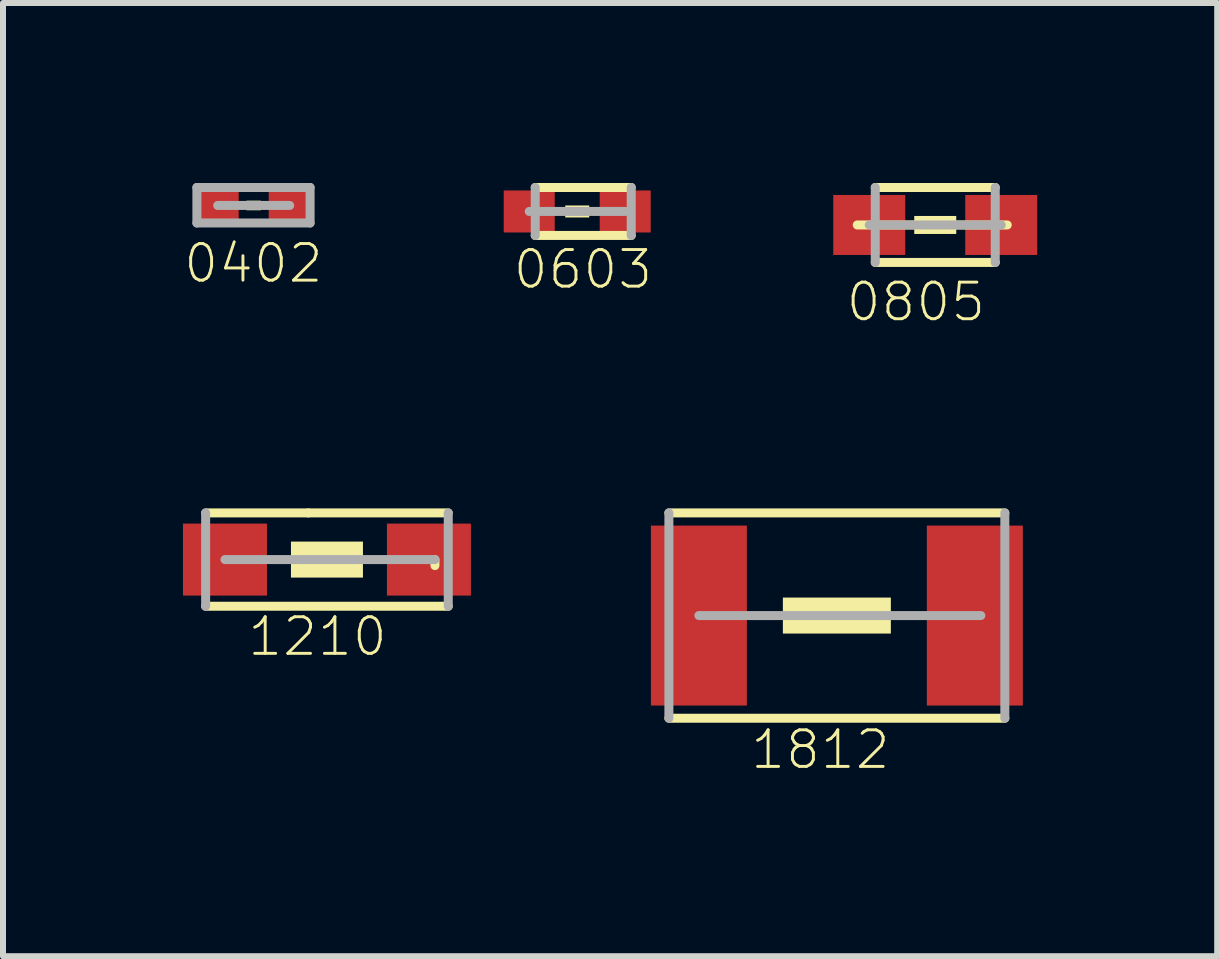
<source format=kicad_pcb>
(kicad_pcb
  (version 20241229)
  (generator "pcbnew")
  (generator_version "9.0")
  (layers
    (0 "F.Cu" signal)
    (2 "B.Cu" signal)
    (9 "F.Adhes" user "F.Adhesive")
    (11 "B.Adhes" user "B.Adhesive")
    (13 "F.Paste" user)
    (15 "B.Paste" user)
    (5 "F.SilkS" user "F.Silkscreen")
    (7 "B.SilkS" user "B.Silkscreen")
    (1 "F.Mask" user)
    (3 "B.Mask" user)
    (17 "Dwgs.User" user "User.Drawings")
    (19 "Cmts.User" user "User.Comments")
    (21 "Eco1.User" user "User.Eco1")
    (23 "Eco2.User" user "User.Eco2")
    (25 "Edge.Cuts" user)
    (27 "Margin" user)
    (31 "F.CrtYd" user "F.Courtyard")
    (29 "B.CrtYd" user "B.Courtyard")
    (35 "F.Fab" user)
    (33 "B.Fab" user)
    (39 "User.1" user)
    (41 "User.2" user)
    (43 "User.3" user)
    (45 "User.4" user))
  (footprint "1812"
    (layer "F.Cu")
    (at 10.9 7.211)
    (property "Reference" "1812" (at -0.275 2.235 0) (layer "F.SilkS") (effects (font (size 0.61 0.61) (thickness 0.049))))
    (attr through_hole)
    (fp_line (start -2.8 -1.711) (end 2.8 -1.711) (stroke (width 0.15) (type solid)) (layer "F.SilkS"))
    (fp_line (start 2.8 1.711) (end -2.8 1.711) (stroke (width 0.15) (type solid)) (layer "F.SilkS"))
    (fp_poly (pts (xy -0.9 -0.3) (xy 0.9 -0.3) (xy 0.9 0.3) (xy -0.9 0.3)) (stroke (width 0) (type solid)) (fill yes) (layer "F.SilkS"))
    (fp_line (start -2.8 1.711) (end -2.8 -1.711) (stroke (width 0.15) (type solid)) (layer "F.Fab"))
    (fp_line (start -2.3 0) (end 2.4 0) (stroke (width 0.15) (type solid)) (layer "F.Fab"))
    (fp_line (start 2.8 -1.711) (end 2.8 1.711) (stroke (width 0.15) (type solid)) (layer "F.Fab"))
    (pad "1" smd rect (at -2.3 0) (size 1.6 3) (layers "F.Cu" "F.Mask" "F.Paste"))
    (pad "2" smd rect (at 2.3 0) (size 1.6 3) (layers "F.Cu" "F.Mask" "F.Paste")))
  (footprint "0402"
    (layer "F.Cu")
    (at 1.179 0.375)
    (property "Reference" "0402" (at -0.005 0.965 0) (layer "F.SilkS") (effects (font (size 0.61 0.61) (thickness 0.049))))
    (attr through_hole)
    (fp_poly (pts (xy -0.12 -0.08) (xy 0.12 -0.08) (xy 0.12 0.08) (xy -0.12 0.08)) (stroke (width 0) (type solid)) (fill yes) (layer "F.SilkS"))
    (fp_line (start -0.947 -0.3) (end 0.94 -0.3) (stroke (width 0.15) (type solid)) (layer "F.Fab"))
    (fp_line (start -0.947 0.292) (end -0.947 -0.3) (stroke (width 0.15) (type solid)) (layer "F.Fab"))
    (fp_line (start -0.6 0) (end 0.6 0) (stroke (width 0.15) (type solid)) (layer "F.Fab"))
    (fp_line (start 0.94 -0.3) (end 0.94 0.292) (stroke (width 0.15) (type solid)) (layer "F.Fab"))
    (fp_line (start 0.94 0.292) (end -0.947 0.292) (stroke (width 0.15) (type solid)) (layer "F.Fab"))
    (pad "1" smd rect (at -0.6 0) (size 0.7 0.6) (layers "F.Cu" "F.Mask" "F.Paste"))
    (pad "2" smd rect (at 0.6 0) (size 0.7 0.6) (layers "F.Cu" "F.Mask" "F.Paste")))
  (footprint "1210"
    (layer "F.Cu")
    (at 2.4 6.278)
    (property "Reference" "1210" (at -0.158 1.283 0) (layer "F.SilkS") (effects (font (size 0.61 0.61) (thickness 0.049))))
    (attr through_hole)
    (fp_line (start -2.022 -0.778) (end -0.311 -0.778) (stroke (width 0.15) (type solid)) (layer "F.SilkS"))
    (fp_line (start -0.311 -0.778) (end 2.022 -0.778) (stroke (width 0.15) (type solid)) (layer "F.SilkS"))
    (fp_line (start 1.8 0) (end 1.8 0.1) (stroke (width 0.15) (type solid)) (layer "F.SilkS"))
    (fp_line (start 2.022 0.778) (end -2.022 0.778) (stroke (width 0.15) (type solid)) (layer "F.SilkS"))
    (fp_poly (pts (xy -0.6 -0.3) (xy 0.6 -0.3) (xy 0.6 0.3) (xy -0.6 0.3)) (stroke (width 0) (type solid)) (fill yes) (layer "F.SilkS"))
    (fp_line (start -2.022 0.778) (end -2.022 -0.778) (stroke (width 0.15) (type solid)) (layer "F.Fab"))
    (fp_line (start -1.7 0) (end 1.8 0) (stroke (width 0.15) (type solid)) (layer "F.Fab"))
    (fp_line (start 2.022 -0.778) (end 2.022 0.778) (stroke (width 0.15) (type solid)) (layer "F.Fab"))
    (pad "1" smd rect (at -1.7 0) (size 1.4 1.2) (layers "F.Cu" "F.Mask" "F.Paste"))
    (pad "2" smd rect (at 1.7 0) (size 1.4 1.2) (layers "F.Cu" "F.Mask" "F.Paste")))
  (footprint "0805"
    (layer "F.Cu")
    (at 12.54 0.7)
    (property "Reference" "0805" (at -0.323 1.283 0) (layer "F.SilkS") (effects (font (size 0.61 0.61) (thickness 0.049))))
    (attr through_hole)
    (fp_line (start -1.3 0) (end 1.2 0) (stroke (width 0.15) (type solid)) (layer "F.SilkS"))
    (fp_line (start -1 -0.625) (end 1 -0.625) (stroke (width 0.15) (type solid)) (layer "F.SilkS"))
    (fp_line (start 1 0.625) (end -1 0.625) (stroke (width 0.15) (type solid)) (layer "F.SilkS"))
    (fp_poly (pts (xy -0.35 -0.15) (xy 0.35 -0.15) (xy 0.35 0.15) (xy -0.35 0.15)) (stroke (width 0) (type solid)) (fill yes) (layer "F.SilkS"))
    (fp_line (start -1.1 0) (end 1.1 0) (stroke (width 0.15) (type solid)) (layer "F.Fab"))
    (fp_line (start -1 0.625) (end -1 -0.625) (stroke (width 0.15) (type solid)) (layer "F.Fab"))
    (fp_line (start 1 -0.625) (end 1 0.625) (stroke (width 0.15) (type solid)) (layer "F.Fab"))
    (pad "1" smd rect (at -1.1 0) (size 1.2 1) (layers "F.Cu" "F.Mask" "F.Paste"))
    (pad "2" smd rect (at 1.1 0) (size 1.2 1) (layers "F.Cu" "F.Mask" "F.Paste")))
  (footprint "0603"
    (layer "F.Cu")
    (at 6.672 0.475)
    (property "Reference" "0603" (at -0.005 0.965 0) (layer "F.SilkS") (effects (font (size 0.61 0.61) (thickness 0.049))))
    (attr through_hole)
    (fp_line (start -0.8 -0.4) (end 0.8 -0.4) (stroke (width 0.15) (type solid)) (layer "F.SilkS"))
    (fp_line (start 0.8 0.4) (end -0.8 0.4) (stroke (width 0.15) (type solid)) (layer "F.SilkS"))
    (fp_poly (pts (xy -0.3 -0.1) (xy 0.1 -0.1) (xy 0.1 0.1) (xy -0.3 0.1)) (stroke (width 0) (type solid)) (fill yes) (layer "F.SilkS"))
    (fp_line (start -0.9 0) (end 0.7 0) (stroke (width 0.15) (type solid)) (layer "F.Fab"))
    (fp_line (start -0.8 0.4) (end -0.8 -0.4) (stroke (width 0.15) (type solid)) (layer "F.Fab"))
    (fp_line (start 0.8 -0.4) (end 0.8 0.4) (stroke (width 0.15) (type solid)) (layer "F.Fab"))
    (pad "1" smd rect (at -0.9 0) (size 0.85 0.7) (layers "F.Cu" "F.Mask" "F.Paste"))
    (pad "2" smd rect (at 0.7 0) (size 0.85 0.7) (layers "F.Cu" "F.Mask" "F.Paste")))
  (gr_rect
    (start -3 -3)
    (end 17.24 12.889)
    (stroke (width 0.1) (type default))
    (fill no)
    (layer "Edge.Cuts")))
</source>
